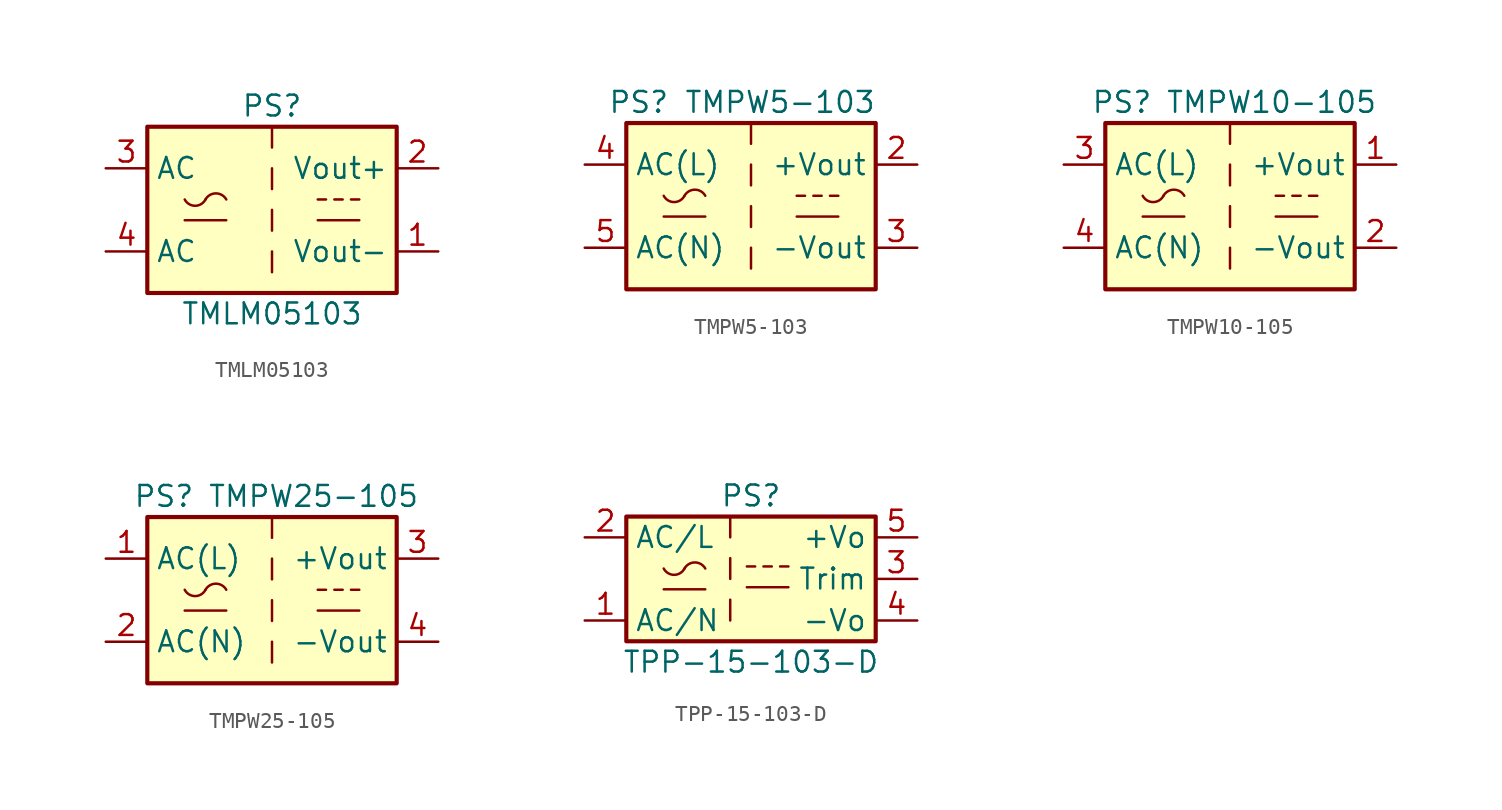
<source format=kicad_sym>
(kicad_symbol_lib
  (version 20241209)
  (generator "kicad_symbol_editor")
  (generator_version "9.0")
  (symbol "TMLM05103"
    (property "Reference" "PS"
      (at 0 6.35 0)
      (effects (font (size 1.27 1.27))))
    (property "Value" "TMLM05103"
      (at 0 -6.35 0)
      (effects (font (size 1.27 1.27))))
    (symbol "TMLM05103_0_1"
      (rectangle (start -7.62 5.08) (end 7.62 -5.08) (stroke (width 0.254) (type default)) (fill (type background)))
      (polyline (pts (xy -5.334 -0.635) (xy -2.794 -0.635)) (stroke (width 0) (type default)) (fill (type none)))
      (arc (start -4.064 0.635) (mid -4.699 0.2495) (end -5.334 0.635) (stroke (width 0) (type default)) (fill (type none)))
      (arc (start -4.064 0.635) (mid -3.429 1.0072) (end -2.794 0.635) (stroke (width 0) (type default)) (fill (type none)))
      (polyline (pts (xy 0 5.08) (xy 0 3.81)) (stroke (width 0) (type default)) (fill (type none)))
      (polyline (pts (xy 0 2.54) (xy 0 1.27)) (stroke (width 0) (type default)) (fill (type none)))
      (polyline (pts (xy 0 0) (xy 0 -1.27)) (stroke (width 0) (type default)) (fill (type none)))
      (polyline (pts (xy 0 -2.54) (xy 0 -3.81)) (stroke (width 0) (type default)) (fill (type none)))
      (polyline (pts (xy 2.794 0.635) (xy 3.302 0.635)) (stroke (width 0) (type default)) (fill (type none)))
      (polyline (pts (xy 2.794 -0.635) (xy 5.334 -0.635)) (stroke (width 0) (type default)) (fill (type none)))
      (polyline (pts (xy 3.81 0.635) (xy 4.318 0.635)) (stroke (width 0) (type default)) (fill (type none)))
      (polyline (pts (xy 4.826 0.635) (xy 5.334 0.635)) (stroke (width 0) (type default)) (fill (type none))))
    (symbol "TMLM05103_1_1"
      (pin power_in line (at -10.16 2.54 0) (length 2.54) (name "AC" (effects (font (size 1.27 1.27)))) (number "3" (effects (font (size 1.27 1.27)))))
      (pin power_in line (at -10.16 -2.54 0) (length 2.54) (name "AC" (effects (font (size 1.27 1.27)))) (number "4" (effects (font (size 1.27 1.27)))))
      (pin power_out line (at 10.16 2.54 180) (length 2.54) (name "Vout+" (effects (font (size 1.27 1.27)))) (number "2" (effects (font (size 1.27 1.27)))))
      (pin power_out line (at 10.16 -2.54 180) (length 2.54) (name "Vout-" (effects (font (size 1.27 1.27)))) (number "1" (effects (font (size 1.27 1.27)))))))
  (symbol "TMPW5-103"
    (property "Reference" "PS"
      (at -6.858 6.35 0)
      (effects (font (size 1.27 1.27))))
    (property "Value" "TMPW5-103"
      (at 1.778 6.35 0)
      (effects (font (size 1.27 1.27))))
    (symbol "TMPW5-103_0_1"
      (rectangle (start -7.62 5.08) (end 7.62 -5.08) (stroke (width 0.254) (type default)) (fill (type background)))
      (polyline (pts (xy -5.334 -0.635) (xy -2.794 -0.635)) (stroke (width 0) (type default)) (fill (type none)))
      (arc (start -4.064 0.635) (mid -4.699 0.2495) (end -5.334 0.635) (stroke (width 0) (type default)) (fill (type none)))
      (arc (start -4.064 0.635) (mid -3.429 1.0072) (end -2.794 0.635) (stroke (width 0) (type default)) (fill (type none)))
      (polyline (pts (xy 0 5.08) (xy 0 3.81)) (stroke (width 0) (type default)) (fill (type none)))
      (polyline (pts (xy 0 2.54) (xy 0 1.27)) (stroke (width 0) (type default)) (fill (type none)))
      (polyline (pts (xy 0 0) (xy 0 -1.27)) (stroke (width 0) (type default)) (fill (type none)))
      (polyline (pts (xy 0 -2.54) (xy 0 -3.81)) (stroke (width 0) (type default)) (fill (type none)))
      (polyline (pts (xy 2.794 0.635) (xy 3.302 0.635)) (stroke (width 0) (type default)) (fill (type none)))
      (polyline (pts (xy 2.794 -0.635) (xy 5.334 -0.635)) (stroke (width 0) (type default)) (fill (type none)))
      (polyline (pts (xy 3.81 0.635) (xy 4.318 0.635)) (stroke (width 0) (type default)) (fill (type none)))
      (polyline (pts (xy 4.826 0.635) (xy 5.334 0.635)) (stroke (width 0) (type default)) (fill (type none))))
    (symbol "TMPW5-103_1_1"
      (pin power_in line (at -10.16 2.54 0) (length 2.54) (name "AC(L)" (effects (font (size 1.27 1.27)))) (number "4" (effects (font (size 1.27 1.27)))))
      (pin power_in line (at -10.16 -2.54 0) (length 2.54) (name "AC(N)" (effects (font (size 1.27 1.27)))) (number "5" (effects (font (size 1.27 1.27)))))
      (pin no_connect line (at 0 -5.08 90) (length 2.54) (hide yes) (name "NC" (effects (font (size 1.27 1.27)))) (number "1" (effects (font (size 1.27 1.27)))))
      (pin power_out line (at 10.16 2.54 180) (length 2.54) (name "+Vout" (effects (font (size 1.27 1.27)))) (number "2" (effects (font (size 1.27 1.27)))))
      (pin power_out line (at 10.16 -2.54 180) (length 2.54) (name "-Vout" (effects (font (size 1.27 1.27)))) (number "3" (effects (font (size 1.27 1.27)))))))
  (symbol "TMPW10-105"
    (property "Reference" "PS"
      (at -6.604 6.35 0)
      (effects (font (size 1.27 1.27))))
    (property "Value" "TMPW10-105"
      (at 2.54 6.35 0)
      (effects (font (size 1.27 1.27))))
    (symbol "TMPW10-105_1_1"
      (rectangle (start -7.62 5.08) (end 7.62 -5.08) (stroke (width 0.254) (type default)) (fill (type background)))
      (polyline (pts (xy -5.334 -0.635) (xy -2.794 -0.635)) (stroke (width 0) (type default)) (fill (type none)))
      (arc (start -4.064 0.635) (mid -4.699 0.2495) (end -5.334 0.635) (stroke (width 0) (type default)) (fill (type none)))
      (arc (start -4.064 0.635) (mid -3.429 1.0072) (end -2.794 0.635) (stroke (width 0) (type default)) (fill (type none)))
      (polyline (pts (xy 0 5.08) (xy 0 3.81)) (stroke (width 0) (type default)) (fill (type none)))
      (polyline (pts (xy 0 2.54) (xy 0 1.27)) (stroke (width 0) (type default)) (fill (type none)))
      (polyline (pts (xy 0 0) (xy 0 -1.27)) (stroke (width 0) (type default)) (fill (type none)))
      (polyline (pts (xy 0 -2.54) (xy 0 -3.81)) (stroke (width 0) (type default)) (fill (type none)))
      (polyline (pts (xy 2.794 0.635) (xy 3.302 0.635)) (stroke (width 0) (type default)) (fill (type none)))
      (polyline (pts (xy 2.794 -0.635) (xy 5.334 -0.635)) (stroke (width 0) (type default)) (fill (type none)))
      (polyline (pts (xy 3.81 0.635) (xy 4.318 0.635)) (stroke (width 0) (type default)) (fill (type none)))
      (polyline (pts (xy 4.826 0.635) (xy 5.334 0.635)) (stroke (width 0) (type default)) (fill (type none)))
      (pin power_in line (at -10.16 2.54 0) (length 2.54) (name "AC(L)" (effects (font (size 1.27 1.27)))) (number "3" (effects (font (size 1.27 1.27)))))
      (pin power_in line (at -10.16 -2.54 0) (length 2.54) (name "AC(N)" (effects (font (size 1.27 1.27)))) (number "4" (effects (font (size 1.27 1.27)))))
      (pin no_connect line (at 0 -5.08 90) (length 2.54) (hide yes) (name "NC" (effects (font (size 1.27 1.27)))) (number "5" (effects (font (size 1.27 1.27)))))
      (pin power_out line (at 10.16 2.54 180) (length 2.54) (name "+Vout" (effects (font (size 1.27 1.27)))) (number "1" (effects (font (size 1.27 1.27)))))
      (pin power_out line (at 10.16 -2.54 180) (length 2.54) (name "-Vout" (effects (font (size 1.27 1.27)))) (number "2" (effects (font (size 1.27 1.27)))))))
  (symbol "TMPW25-105"
    (property "Reference" "PS"
      (at -6.604 6.35 0)
      (effects (font (size 1.27 1.27))))
    (property "Value" "TMPW25-105"
      (at 2.54 6.35 0)
      (effects (font (size 1.27 1.27))))
    (symbol "TMPW25-105_0_1"
      (rectangle (start -7.62 5.08) (end 7.62 -5.08) (stroke (width 0.254) (type default)) (fill (type background)))
      (polyline (pts (xy -5.334 -0.635) (xy -2.794 -0.635)) (stroke (width 0) (type default)) (fill (type none)))
      (arc (start -4.064 0.635) (mid -4.699 0.2495) (end -5.334 0.635) (stroke (width 0) (type default)) (fill (type none)))
      (arc (start -4.064 0.635) (mid -3.429 1.0072) (end -2.794 0.635) (stroke (width 0) (type default)) (fill (type none)))
      (polyline (pts (xy 0 5.08) (xy 0 3.81)) (stroke (width 0) (type default)) (fill (type none)))
      (polyline (pts (xy 0 2.54) (xy 0 1.27)) (stroke (width 0) (type default)) (fill (type none)))
      (polyline (pts (xy 0 0) (xy 0 -1.27)) (stroke (width 0) (type default)) (fill (type none)))
      (polyline (pts (xy 0 -2.54) (xy 0 -3.81)) (stroke (width 0) (type default)) (fill (type none)))
      (polyline (pts (xy 2.794 0.635) (xy 3.302 0.635)) (stroke (width 0) (type default)) (fill (type none)))
      (polyline (pts (xy 2.794 -0.635) (xy 5.334 -0.635)) (stroke (width 0) (type default)) (fill (type none)))
      (polyline (pts (xy 3.81 0.635) (xy 4.318 0.635)) (stroke (width 0) (type default)) (fill (type none)))
      (polyline (pts (xy 4.826 0.635) (xy 5.334 0.635)) (stroke (width 0) (type default)) (fill (type none))))
    (symbol "TMPW25-105_1_1"
      (pin power_in line (at -10.16 2.54 0) (length 2.54) (name "AC(L)" (effects (font (size 1.27 1.27)))) (number "1" (effects (font (size 1.27 1.27)))))
      (pin power_in line (at -10.16 -2.54 0) (length 2.54) (name "AC(N)" (effects (font (size 1.27 1.27)))) (number "2" (effects (font (size 1.27 1.27)))))
      (pin power_out line (at 10.16 2.54 180) (length 2.54) (name "+Vout" (effects (font (size 1.27 1.27)))) (number "3" (effects (font (size 1.27 1.27)))))
      (pin power_out line (at 10.16 -2.54 180) (length 2.54) (name "-Vout" (effects (font (size 1.27 1.27)))) (number "4" (effects (font (size 1.27 1.27)))))))
  (symbol "TPP-15-103-D"
    (property "Reference" "PS"
      (at 0 5.08 0)
      (effects (font (size 1.27 1.27))))
    (property "Value" "TPP-15-103-D"
      (at 0 -5.08 0)
      (effects (font (size 1.27 1.27))))
    (symbol "TPP-15-103-D_0_1"
      (rectangle (start -7.62 3.81) (end 7.62 -3.81) (stroke (width 0.254) (type default)) (fill (type background)))
      (polyline (pts (xy -5.334 -0.635) (xy -2.794 -0.635)) (stroke (width 0) (type default)) (fill (type none)))
      (arc (start -4.064 0.635) (mid -4.699 0.2495) (end -5.334 0.635) (stroke (width 0) (type default)) (fill (type none)))
      (arc (start -4.064 0.635) (mid -3.429 1.0072) (end -2.794 0.635) (stroke (width 0) (type default)) (fill (type none)))
      (polyline (pts (xy -0.254 0.762) (xy 0.254 0.762)) (stroke (width 0) (type default)) (fill (type none)))
      (polyline (pts (xy -0.254 -0.508) (xy 2.286 -0.508)) (stroke (width 0) (type default)) (fill (type none)))
      (polyline (pts (xy 0.762 0.762) (xy 1.27 0.762)) (stroke (width 0) (type default)) (fill (type none)))
      (polyline (pts (xy 1.778 0.762) (xy 2.286 0.762)) (stroke (width 0) (type default)) (fill (type none))))
    (symbol "TPP-15-103-D_1_1"
      (polyline (pts (xy -1.27 3.81) (xy -1.27 2.54)) (stroke (width 0) (type default)) (fill (type none)))
      (polyline (pts (xy -1.27 1.27) (xy -1.27 0)) (stroke (width 0) (type default)) (fill (type none)))
      (polyline (pts (xy -1.27 -1.27) (xy -1.27 -2.54)) (stroke (width 0) (type default)) (fill (type none)))
      (pin power_in line (at -10.16 2.54 0) (length 2.54) (name "AC/L" (effects (font (size 1.27 1.27)))) (number "2" (effects (font (size 1.27 1.27)))))
      (pin power_in line (at -10.16 -2.54 0) (length 2.54) (name "AC/N" (effects (font (size 1.27 1.27)))) (number "1" (effects (font (size 1.27 1.27)))))
      (pin power_out line (at 10.16 2.54 180) (length 2.54) (name "+Vo" (effects (font (size 1.27 1.27)))) (number "5" (effects (font (size 1.27 1.27)))))
      (pin passive line (at 10.16 0 180) (length 2.54) (name "Trim" (effects (font (size 1.27 1.27)))) (number "3" (effects (font (size 1.27 1.27)))))
      (pin power_out line (at 10.16 -2.54 180) (length 2.54) (name "-Vo" (effects (font (size 1.27 1.27)))) (number "4" (effects (font (size 1.27 1.27))))))))
</source>
